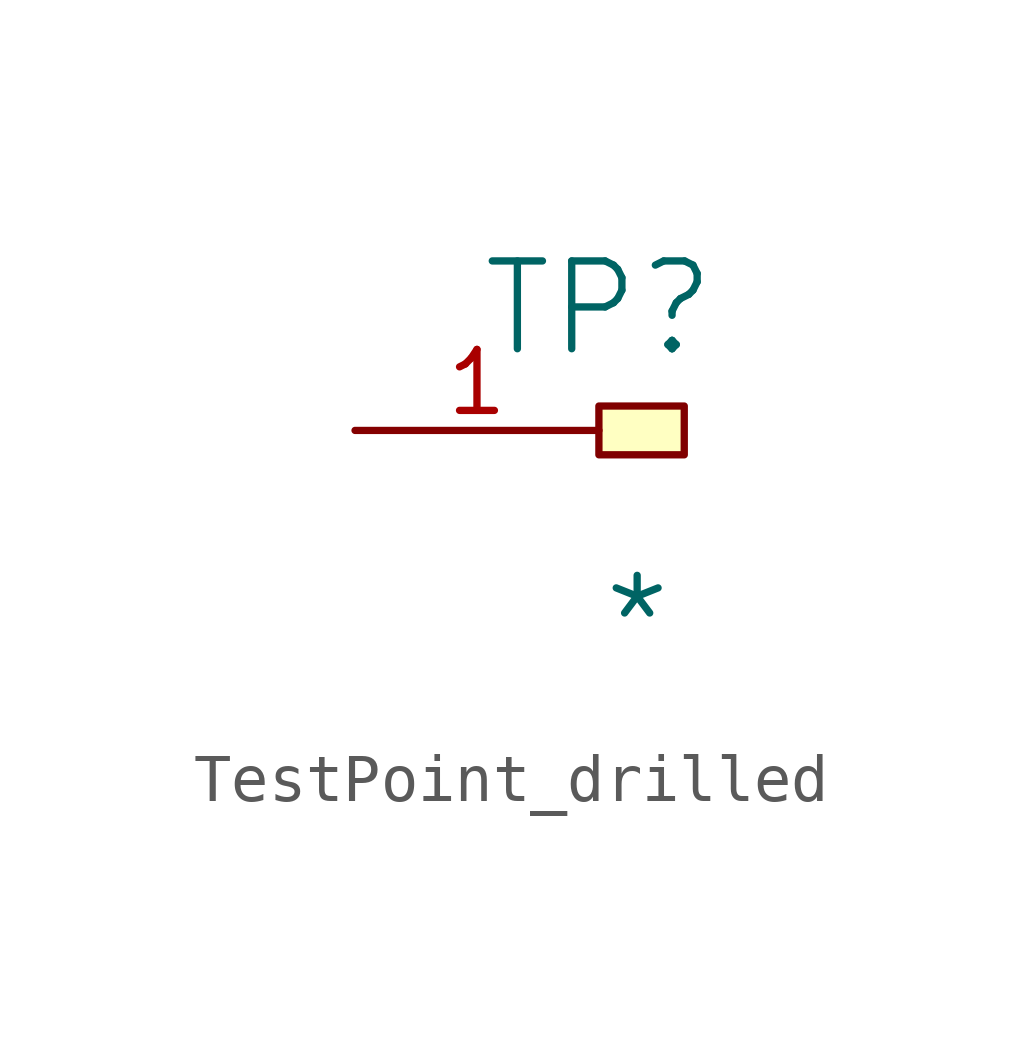
<source format=kicad_sym>
(kicad_symbol_lib
  (version 20241209)
  (generator "kicad_symbol_editor")
  (generator_version "9.0")
  (symbol "TestPoint_drilled"
    (pin_names
      (hide yes))
    (property "Reference" "TP"
      (at 0 0 0)
      (effects (font (size 1.829 1.829))))
    (property "Value" "*"
      (at 0 -7.62 0)
      (effects (font (size 1.829 1.829)) (justify left bottom)))
    (symbol "TestPoint_drilled_1_0"
      (rectangle (start 1.778 -2.032) (end 0 -3.048) (stroke (width 0) (type solid) (color 128 0 0 1)) (fill (type background)))
      (pin passive line (at -5.08 -2.54 0) (length 5.08) (name "1" (effects (font (size 1.27 1.27)))) (number "1" (effects (font (size 1.27 1.27))))))))
</source>
